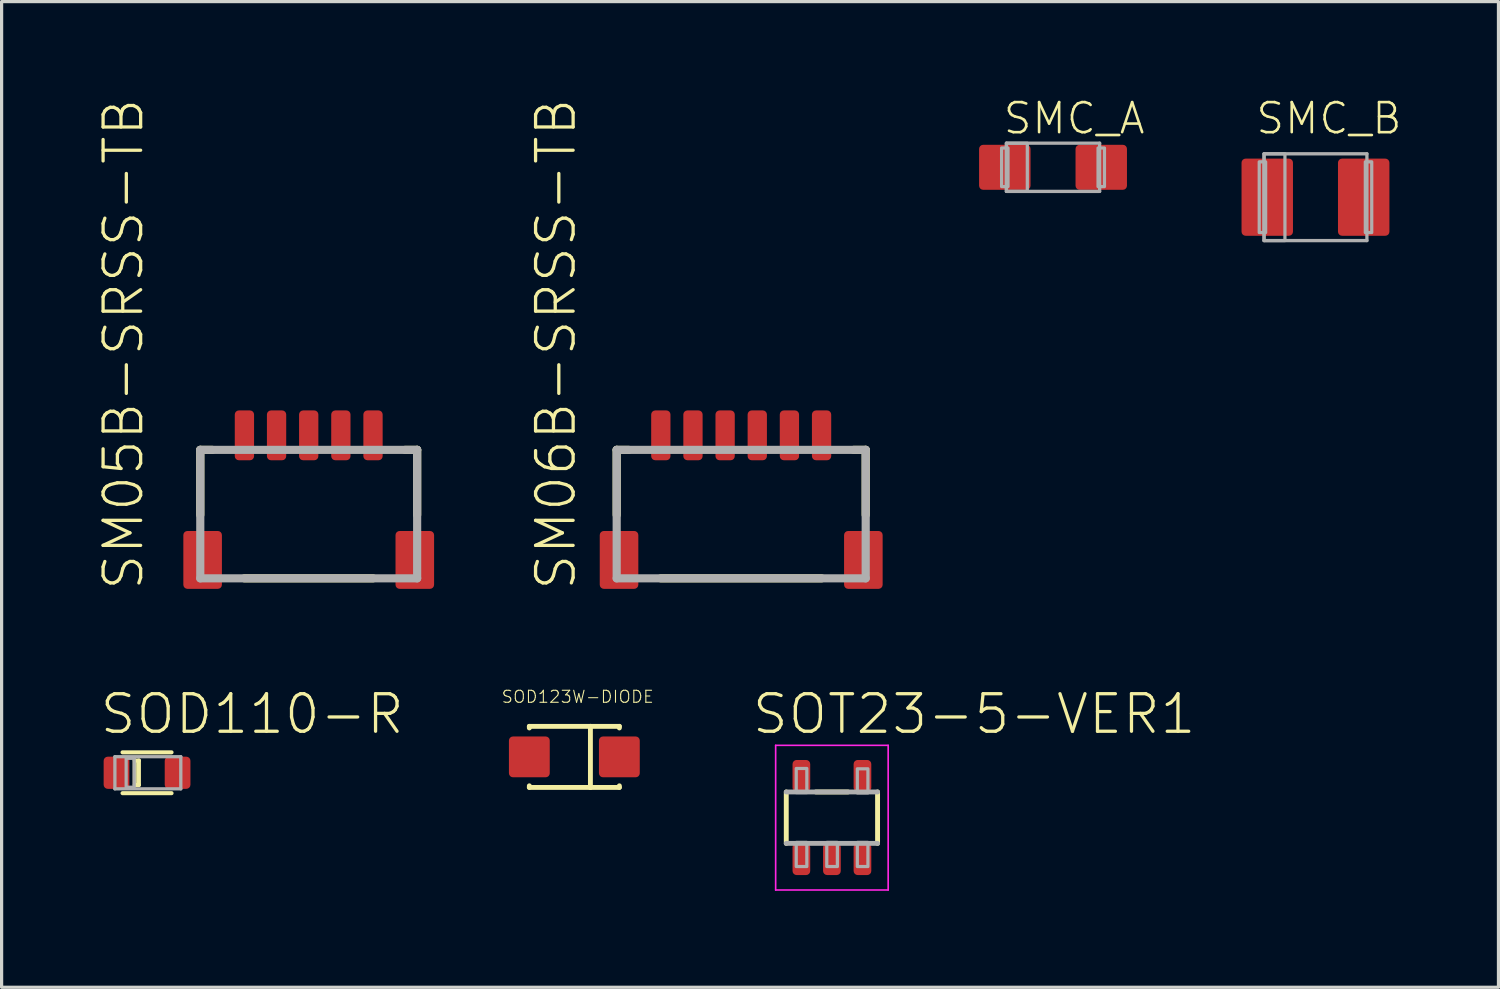
<source format=kicad_pcb>
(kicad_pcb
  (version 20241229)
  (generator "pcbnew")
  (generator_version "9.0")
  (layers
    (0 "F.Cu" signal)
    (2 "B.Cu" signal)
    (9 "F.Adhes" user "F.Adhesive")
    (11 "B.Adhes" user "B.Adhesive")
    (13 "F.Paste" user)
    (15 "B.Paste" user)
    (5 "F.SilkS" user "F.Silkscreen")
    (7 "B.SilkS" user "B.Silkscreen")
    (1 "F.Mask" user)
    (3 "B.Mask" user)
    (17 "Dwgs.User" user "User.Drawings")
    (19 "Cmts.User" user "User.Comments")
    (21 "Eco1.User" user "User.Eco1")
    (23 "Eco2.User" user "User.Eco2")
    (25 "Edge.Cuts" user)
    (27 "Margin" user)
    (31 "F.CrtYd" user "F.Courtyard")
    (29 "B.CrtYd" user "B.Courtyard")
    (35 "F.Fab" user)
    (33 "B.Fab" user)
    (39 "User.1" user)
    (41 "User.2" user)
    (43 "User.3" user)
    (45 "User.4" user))
  (footprint "SMC_A"
    (layer "F.Cu")
    (at 29.706 2.154)
    (property "Reference" "SMC_A" (at -1.6 -0.975 0) (unlocked yes) (layer "F.SilkS") (effects (font (size 0.935 0.935) (thickness 0.081)) (justify left bottom)))
    (fp_line (start -1.45 -0.75) (end 1.45 -0.75) (stroke (width 0.102) (type solid)) (layer "F.Fab"))
    (fp_line (start -1.45 0.75) (end -1.45 -0.75) (stroke (width 0.102) (type solid)) (layer "F.Fab"))
    (fp_line (start 1.45 -0.75) (end 1.45 0.75) (stroke (width 0.102) (type solid)) (layer "F.Fab"))
    (fp_line (start 1.45 0.75) (end -1.45 0.75) (stroke (width 0.102) (type solid)) (layer "F.Fab"))
    (fp_poly (pts (xy -1.6 0.6) (xy -1.4 0.6) (xy -1.4 -0.6) (xy -1.6 -0.6)) (stroke (width 0.1) (type default)) (fill no) (layer "F.Fab"))
    (fp_poly (pts (xy -1.45 0.75) (xy -0.8 0.75) (xy -0.8 -0.75) (xy -1.45 -0.75)) (stroke (width 0.1) (type default)) (fill no) (layer "F.Fab"))
    (fp_poly (pts (xy 1.6 -0.6) (xy 1.4 -0.6) (xy 1.4 0.6) (xy 1.6 0.6)) (stroke (width 0.1) (type default)) (fill no) (layer "F.Fab"))
    (pad "+" smd roundrect (at -1.5 0) (size 1.6 1.4) (layers "F.Cu" "F.Mask" "F.Paste") (roundrect_rratio 0.091))
    (pad "-" smd roundrect (at 1.5 0 180) (size 1.6 1.4) (layers "F.Cu" "F.Mask" "F.Paste") (roundrect_rratio 0.091)))
  (footprint "SOD123W-DIODE"
    (layer "F.Cu")
    (at 14.816 20.494)
    (property "Reference" "SOD123W-DIODE" (at -2.286 -1.651 0) (unlocked yes) (layer "F.SilkS") (effects (font (size 0.374 0.374) (thickness 0.033)) (justify left bottom)))
    (fp_line (start -1.4 -0.95) (end 0.5 -0.95) (stroke (width 0.152) (type solid)) (layer "F.SilkS"))
    (fp_line (start -1.4 -0.9) (end -1.4 -0.95) (stroke (width 0.152) (type solid)) (layer "F.SilkS"))
    (fp_line (start -1.4 0.95) (end -1.4 0.9) (stroke (width 0.152) (type solid)) (layer "F.SilkS"))
    (fp_line (start 0.5 -0.95) (end 0.5 0.95) (stroke (width 0.152) (type solid)) (layer "F.SilkS"))
    (fp_line (start 0.5 -0.95) (end 1.4 -0.95) (stroke (width 0.152) (type solid)) (layer "F.SilkS"))
    (fp_line (start 0.5 0.95) (end -1.4 0.95) (stroke (width 0.152) (type solid)) (layer "F.SilkS"))
    (fp_line (start 1.4 -0.95) (end 1.4 -0.9) (stroke (width 0.152) (type solid)) (layer "F.SilkS"))
    (fp_line (start 1.4 0.9) (end 1.4 0.95) (stroke (width 0.152) (type solid)) (layer "F.SilkS"))
    (fp_line (start 1.4 0.95) (end 0.5 0.95) (stroke (width 0.152) (type solid)) (layer "F.SilkS"))
    (pad "A" smd roundrect (at -1.4 0 180) (size 1.27 1.27) (layers "F.Cu" "F.Mask" "F.Paste") (roundrect_rratio 0.1))
    (pad "C" smd roundrect (at 1.4 0) (size 1.27 1.27) (layers "F.Cu" "F.Mask" "F.Paste") (roundrect_rratio 0.1)))
  (footprint "SMC_B"
    (layer "F.Cu")
    (at 37.87 3.084)
    (property "Reference" "SMC_B" (at -1.905 -1.905 0) (unlocked yes) (layer "F.SilkS") (effects (font (size 0.935 0.935) (thickness 0.081)) (justify left bottom)))
    (fp_line (start -1.6 -1.35) (end 1.6 -1.35) (stroke (width 0.102) (type solid)) (layer "F.Fab"))
    (fp_line (start -1.6 1.35) (end -1.6 -1.35) (stroke (width 0.102) (type solid)) (layer "F.Fab"))
    (fp_line (start 1.6 -1.35) (end 1.6 1.35) (stroke (width 0.102) (type solid)) (layer "F.Fab"))
    (fp_line (start 1.6 1.35) (end -1.6 1.35) (stroke (width 0.102) (type solid)) (layer "F.Fab"))
    (fp_poly (pts (xy -1.75 1.1) (xy -1.55 1.1) (xy -1.55 -1.1) (xy -1.75 -1.1)) (stroke (width 0.1) (type default)) (fill no) (layer "F.Fab"))
    (fp_poly (pts (xy -1.6 1.35) (xy -0.95 1.35) (xy -0.95 -1.35) (xy -1.6 -1.35)) (stroke (width 0.1) (type default)) (fill no) (layer "F.Fab"))
    (fp_poly (pts (xy 1.75 -1.1) (xy 1.55 -1.1) (xy 1.55 1.1) (xy 1.75 1.1)) (stroke (width 0.1) (type default)) (fill no) (layer "F.Fab"))
    (pad "+" smd roundrect (at -1.5 0) (size 1.6 2.4) (layers "F.Cu" "F.Mask" "F.Paste") (roundrect_rratio 0.079))
    (pad "-" smd roundrect (at 1.5 0 180) (size 1.6 2.4) (layers "F.Cu" "F.Mask" "F.Paste") (roundrect_rratio 0.079)))
  (footprint "SM05B-SRSS-TB"
    (layer "F.Cu")
    (at 6.553 13.467)
    (property "Reference" "SM05B-SRSS-TB" (at -5.08 1.905 90) (unlocked yes) (layer "F.SilkS") (effects (font (size 1.168 1.168) (thickness 0.102)) (justify left bottom)))
    (fp_line (start -3.373 -2.523) (end -3 -2.523) (stroke (width 0.254) (type solid)) (layer "F.SilkS"))
    (fp_line (start -3.373 -0.5) (end -3.373 -2.523) (stroke (width 0.254) (type solid)) (layer "F.SilkS"))
    (fp_line (start -2 1.473) (end 2 1.473) (stroke (width 0.254) (type solid)) (layer "F.SilkS"))
    (fp_line (start 3.373 -2.523) (end 3 -2.523) (stroke (width 0.254) (type solid)) (layer "F.SilkS"))
    (fp_line (start 3.373 -0.5) (end 3.373 -2.523) (stroke (width 0.254) (type solid)) (layer "F.SilkS"))
    (fp_line (start -3.373 -2.523) (end 3.373 -2.523) (stroke (width 0.254) (type solid)) (layer "F.Fab"))
    (fp_line (start -3.373 1.473) (end -3.373 -2.523) (stroke (width 0.254) (type solid)) (layer "F.Fab"))
    (fp_line (start 3.373 -2.523) (end 3.373 1.473) (stroke (width 0.254) (type solid)) (layer "F.Fab"))
    (fp_line (start 3.373 1.473) (end -3.373 1.473) (stroke (width 0.254) (type solid)) (layer "F.Fab"))
    (pad "1" smd roundrect (at -2 -2.975) (size 0.6 1.55) (layers "F.Cu" "F.Mask" "F.Paste") (roundrect_rratio 0.212))
    (pad "2" smd roundrect (at -1 -2.975) (size 0.6 1.55) (layers "F.Cu" "F.Mask" "F.Paste") (roundrect_rratio 0.212))
    (pad "3" smd roundrect (at 0 -2.975) (size 0.6 1.55) (layers "F.Cu" "F.Mask" "F.Paste") (roundrect_rratio 0.212))
    (pad "4" smd roundrect (at 1 -2.975) (size 0.6 1.55) (layers "F.Cu" "F.Mask" "F.Paste") (roundrect_rratio 0.212))
    (pad "5" smd roundrect (at 2 -2.975) (size 0.6 1.55) (layers "F.Cu" "F.Mask" "F.Paste") (roundrect_rratio 0.212))
    (pad "FIT@1" smd roundrect (at -3.3 0.9) (size 1.2 1.8) (layers "F.Cu" "F.Mask" "F.Paste") (roundrect_rratio 0.106))
    (pad "FIT@2" smd roundrect (at 3.3 0.9) (size 1.2 1.8) (layers "F.Cu" "F.Mask" "F.Paste") (roundrect_rratio 0.106)))
  (footprint "SM06B-SRSS-TB"
    (layer "F.Cu")
    (at 20.006 13.467)
    (property "Reference" "SM06B-SRSS-TB" (at -5.08 1.905 90) (unlocked yes) (layer "F.SilkS") (effects (font (size 1.168 1.168) (thickness 0.102)) (justify left bottom)))
    (fp_line (start -3.873 -2.523) (end -3.5 -2.523) (stroke (width 0.254) (type solid)) (layer "F.SilkS"))
    (fp_line (start -3.873 -0.5) (end -3.873 -2.523) (stroke (width 0.254) (type solid)) (layer "F.SilkS"))
    (fp_line (start -2.5 1.473) (end 2.5 1.473) (stroke (width 0.254) (type solid)) (layer "F.SilkS"))
    (fp_line (start 3.873 -2.523) (end 3.5 -2.523) (stroke (width 0.254) (type solid)) (layer "F.SilkS"))
    (fp_line (start 3.873 -0.5) (end 3.873 -2.523) (stroke (width 0.254) (type solid)) (layer "F.SilkS"))
    (fp_line (start -3.873 -2.523) (end 3.873 -2.523) (stroke (width 0.254) (type solid)) (layer "F.Fab"))
    (fp_line (start -3.873 1.473) (end -3.873 -2.523) (stroke (width 0.254) (type solid)) (layer "F.Fab"))
    (fp_line (start 3.873 -2.523) (end 3.873 1.473) (stroke (width 0.254) (type solid)) (layer "F.Fab"))
    (fp_line (start 3.873 1.473) (end -3.873 1.473) (stroke (width 0.254) (type solid)) (layer "F.Fab"))
    (pad "1" smd roundrect (at -2.5 -2.975) (size 0.6 1.55) (layers "F.Cu" "F.Mask" "F.Paste") (roundrect_rratio 0.212))
    (pad "2" smd roundrect (at -1.5 -2.975) (size 0.6 1.55) (layers "F.Cu" "F.Mask" "F.Paste") (roundrect_rratio 0.212))
    (pad "3" smd roundrect (at -0.5 -2.975) (size 0.6 1.55) (layers "F.Cu" "F.Mask" "F.Paste") (roundrect_rratio 0.212))
    (pad "4" smd roundrect (at 0.5 -2.975) (size 0.6 1.55) (layers "F.Cu" "F.Mask" "F.Paste") (roundrect_rratio 0.212))
    (pad "5" smd roundrect (at 1.5 -2.975) (size 0.6 1.55) (layers "F.Cu" "F.Mask" "F.Paste") (roundrect_rratio 0.212))
    (pad "6" smd roundrect (at 2.5 -2.975) (size 0.6 1.55) (layers "F.Cu" "F.Mask" "F.Paste") (roundrect_rratio 0.212))
    (pad "FIT@1" smd roundrect (at -3.8 0.9) (size 1.2 1.8) (layers "F.Cu" "F.Mask" "F.Paste") (roundrect_rratio 0.106))
    (pad "FIT@2" smd roundrect (at 3.8 0.9) (size 1.2 1.8) (layers "F.Cu" "F.Mask" "F.Paste") (roundrect_rratio 0.106)))
  (footprint "SOD110-R"
    (layer "F.Cu")
    (at 1.524 20.988)
    (property "Reference" "SOD110-R" (at -1.524 -1.143 0) (unlocked yes) (layer "F.SilkS") (effects (font (size 1.168 1.168) (thickness 0.102)) (justify left bottom)))
    (fp_line (start -0.762 -0.635) (end 0.762 -0.635) (stroke (width 0.127) (type solid)) (layer "F.SilkS"))
    (fp_line (start -0.762 0.635) (end 0.762 0.635) (stroke (width 0.127) (type solid)) (layer "F.SilkS"))
    (fp_line (start -0.381 -0.381) (end -0.381 0.381) (stroke (width 0.127) (type solid)) (layer "F.SilkS"))
    (fp_line (start -0.381 0.381) (end -0.254 0.381) (stroke (width 0.127) (type solid)) (layer "F.SilkS"))
    (fp_line (start -0.254 -0.381) (end -0.381 -0.381) (stroke (width 0.127) (type solid)) (layer "F.SilkS"))
    (fp_line (start -0.254 0.381) (end -0.254 -0.381) (stroke (width 0.127) (type solid)) (layer "F.SilkS"))
    (fp_line (start -1 -0.5) (end 1.05 -0.5) (stroke (width 0.102) (type solid)) (layer "F.Fab"))
    (fp_line (start -1 0.5) (end -1 -0.5) (stroke (width 0.102) (type solid)) (layer "F.Fab"))
    (fp_line (start 1.05 -0.5) (end 1.05 0.5) (stroke (width 0.102) (type solid)) (layer "F.Fab"))
    (fp_line (start 1.05 0.5) (end -1 0.5) (stroke (width 0.102) (type solid)) (layer "F.Fab"))
    (fp_poly (pts (xy -0.65 0.45) (xy -0.4 0.45) (xy -0.4 -0.45) (xy -0.65 -0.45)) (stroke (width 0.1) (type default)) (fill no) (layer "F.Fab"))
    (pad "A" smd roundrect (at 0.95 0) (size 0.8 1) (layers "F.Cu" "F.Mask" "F.Paste") (roundrect_rratio 0.159))
    (pad "C" smd roundrect (at -0.95 0) (size 0.8 1) (layers "F.Cu" "F.Mask" "F.Paste") (roundrect_rratio 0.159)))
  (footprint "SOT23-5-VER1"
    (layer "F.Cu")
    (at 22.828 22.385)
    (property "Reference" "SOT23-5-VER1" (at -2.54 -2.54 0) (unlocked yes) (layer "F.SilkS") (effects (font (size 1.168 1.168) (thickness 0.102)) (justify left bottom)))
    (fp_line (start -1.42 0.8) (end -1.42 -0.8) (stroke (width 0.152) (type solid)) (layer "F.SilkS"))
    (fp_line (start 0.5 -0.8) (end -0.5 -0.8) (stroke (width 0.152) (type solid)) (layer "F.SilkS"))
    (fp_line (start 1.42 -0.8) (end 1.42 0.8) (stroke (width 0.152) (type solid)) (layer "F.SilkS"))
    (fp_line (start -1.75 -2.25) (end 1.75 -2.25) (stroke (width 0.051) (type solid)) (layer "F.CrtYd"))
    (fp_line (start -1.75 2.25) (end -1.75 -2.25) (stroke (width 0.051) (type solid)) (layer "F.CrtYd"))
    (fp_line (start 1.75 -2.25) (end 1.75 2.25) (stroke (width 0.051) (type solid)) (layer "F.CrtYd"))
    (fp_line (start 1.75 2.25) (end -1.75 2.25) (stroke (width 0.051) (type solid)) (layer "F.CrtYd"))
    (fp_line (start -1.42 -0.8) (end 1.42 -0.8) (stroke (width 0.152) (type solid)) (layer "F.Fab"))
    (fp_line (start 1.42 0.8) (end -1.42 0.8) (stroke (width 0.152) (type solid)) (layer "F.Fab"))
    (fp_poly (pts (xy -1.11 -0.78) (xy -0.78 -0.78) (xy -0.78 -1.53) (xy -1.11 -1.53)) (stroke (width 0.1) (type default)) (fill no) (layer "F.Fab"))
    (fp_poly (pts (xy -1.11 1.52) (xy -0.78 1.52) (xy -0.78 0.77) (xy -1.11 0.77)) (stroke (width 0.1) (type default)) (fill no) (layer "F.Fab"))
    (fp_poly (pts (xy -0.16 1.52) (xy 0.17 1.52) (xy 0.17 0.77) (xy -0.16 0.77)) (stroke (width 0.1) (type default)) (fill no) (layer "F.Fab"))
    (fp_poly (pts (xy 0.79 -0.77) (xy 1.12 -0.77) (xy 1.12 -1.52) (xy 0.79 -1.52)) (stroke (width 0.1) (type default)) (fill no) (layer "F.Fab"))
    (fp_poly (pts (xy 0.79 1.52) (xy 1.12 1.52) (xy 1.12 0.77) (xy 0.79 0.77)) (stroke (width 0.1) (type default)) (fill no) (layer "F.Fab"))
    (pad "1" smd roundrect (at -0.95 1.29) (size 0.55 0.99) (layers "F.Cu" "F.Mask" "F.Paste") (roundrect_rratio 0.231))
    (pad "2" smd roundrect (at 0 1.29) (size 0.55 0.99) (layers "F.Cu" "F.Mask" "F.Paste") (roundrect_rratio 0.231))
    (pad "3" smd roundrect (at 0.95 1.29) (size 0.55 0.99) (layers "F.Cu" "F.Mask" "F.Paste") (roundrect_rratio 0.231))
    (pad "4" smd roundrect (at 0.95 -1.3) (size 0.55 0.99) (layers "F.Cu" "F.Mask" "F.Paste") (roundrect_rratio 0.231))
    (pad "5" smd roundrect (at -0.95 -1.3) (size 0.55 0.99) (layers "F.Cu" "F.Mask" "F.Paste") (roundrect_rratio 0.231)))
  (gr_rect
    (start -3 -3)
    (end 43.562 27.66)
    (stroke (width 0.1) (type default))
    (fill no)
    (layer "Edge.Cuts")))
</source>
